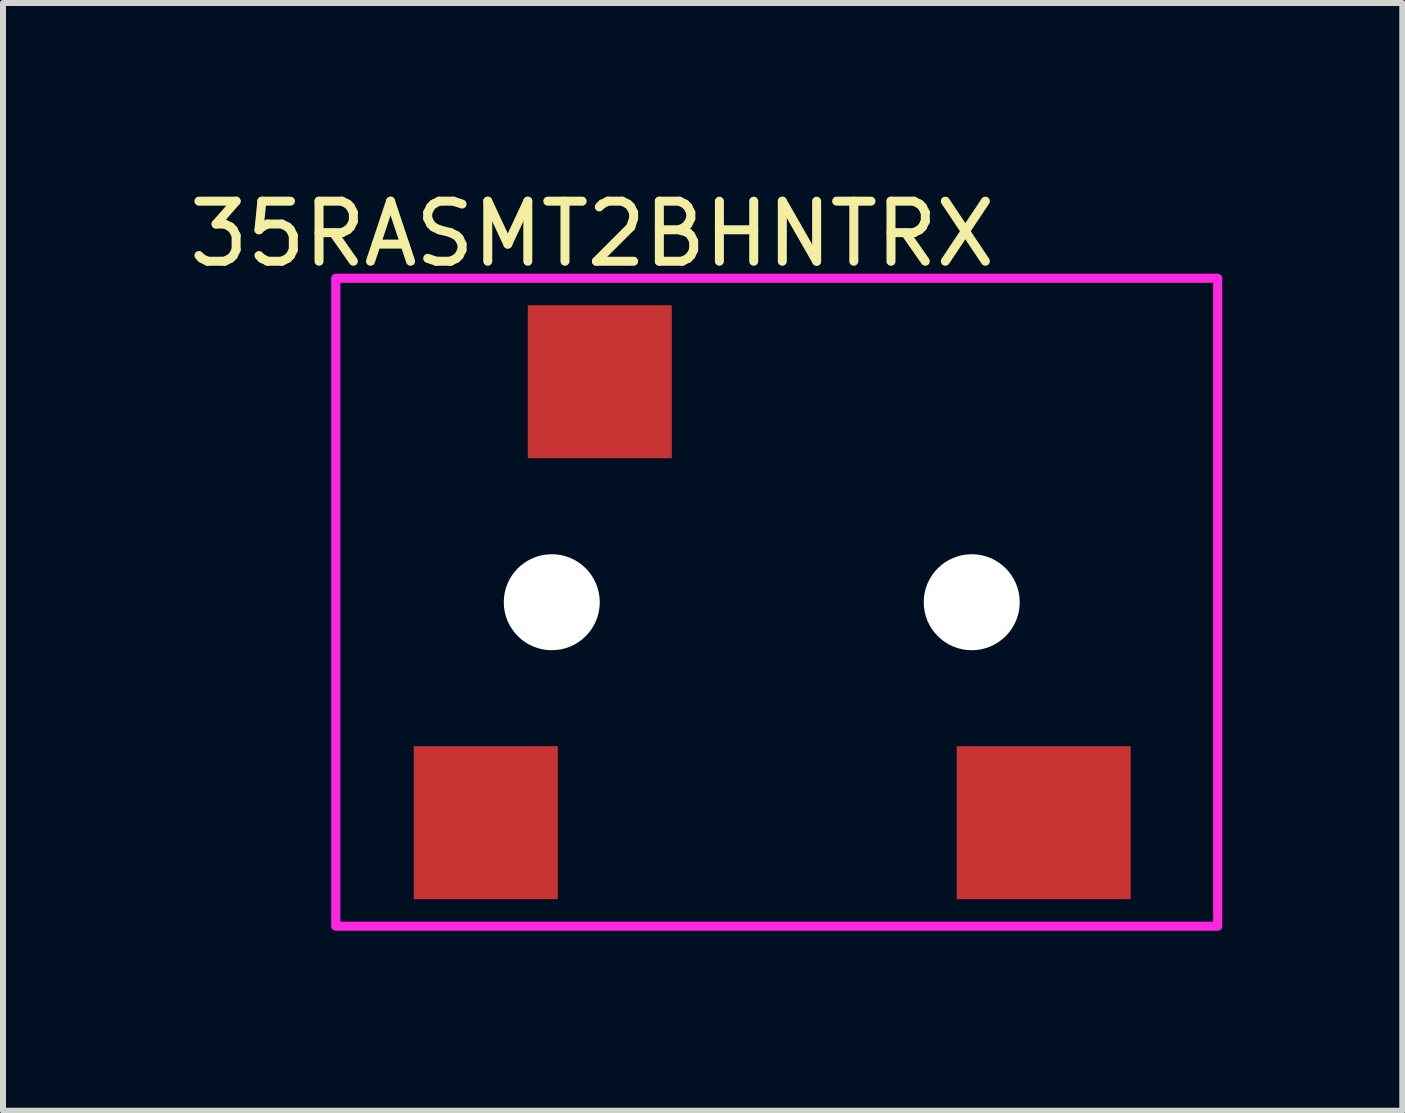
<source format=kicad_pcb>
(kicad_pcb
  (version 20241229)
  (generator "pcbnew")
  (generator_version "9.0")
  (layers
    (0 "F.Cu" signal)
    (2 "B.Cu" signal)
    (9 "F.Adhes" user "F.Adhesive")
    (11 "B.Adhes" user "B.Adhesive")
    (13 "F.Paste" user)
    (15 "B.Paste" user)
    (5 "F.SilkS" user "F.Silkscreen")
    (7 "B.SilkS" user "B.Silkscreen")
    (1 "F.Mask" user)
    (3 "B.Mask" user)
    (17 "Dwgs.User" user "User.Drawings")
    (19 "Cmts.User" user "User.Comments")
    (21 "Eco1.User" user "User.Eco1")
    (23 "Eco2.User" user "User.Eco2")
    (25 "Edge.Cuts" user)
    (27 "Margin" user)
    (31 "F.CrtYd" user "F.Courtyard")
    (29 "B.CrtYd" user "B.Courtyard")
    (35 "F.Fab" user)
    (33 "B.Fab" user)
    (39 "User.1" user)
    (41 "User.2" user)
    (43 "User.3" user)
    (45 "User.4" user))
  (footprint "35RASMT2BHNTRX"
    (layer "F.Cu")
    (at 9.647 6.988)
    (property "Reference" "35RASMT2BHNTRX" (at -2.827 -6.139 0) (layer "F.SilkS") (effects (font (size 1.001 1.001) (thickness 0.15))))
    (attr smd)
    (fp_rect (start -7.1 -5.4) (end 7.6 5.4) (stroke (width 0.152) (type default)) (fill no) (layer "F.CrtYd"))
    (pad "" np_thru_hole circle (at -3.5 0) (size 1.6 1.6) (drill 1.6) (layers "*.Cu" "*.Mask"))
    (pad "" np_thru_hole circle (at 3.5 0) (size 1.6 1.6) (drill 1.6) (layers "*.Cu" "*.Mask"))
    (pad "1" smd rect (at -2.7 -3.675) (size 2.4 2.55) (layers "F.Cu" "F.Mask" "F.Paste"))
    (pad "4" smd rect (at 4.7 3.675) (size 2.9 2.55) (layers "F.Cu" "F.Mask" "F.Paste"))
    (pad "5" smd rect (at -4.6 3.675) (size 2.4 2.55) (layers "F.Cu" "F.Mask" "F.Paste")))
  (gr_rect
    (start -3 -3)
    (end 20.324 15.464)
    (stroke (width 0.1) (type default))
    (fill no)
    (layer "Edge.Cuts")))
</source>
